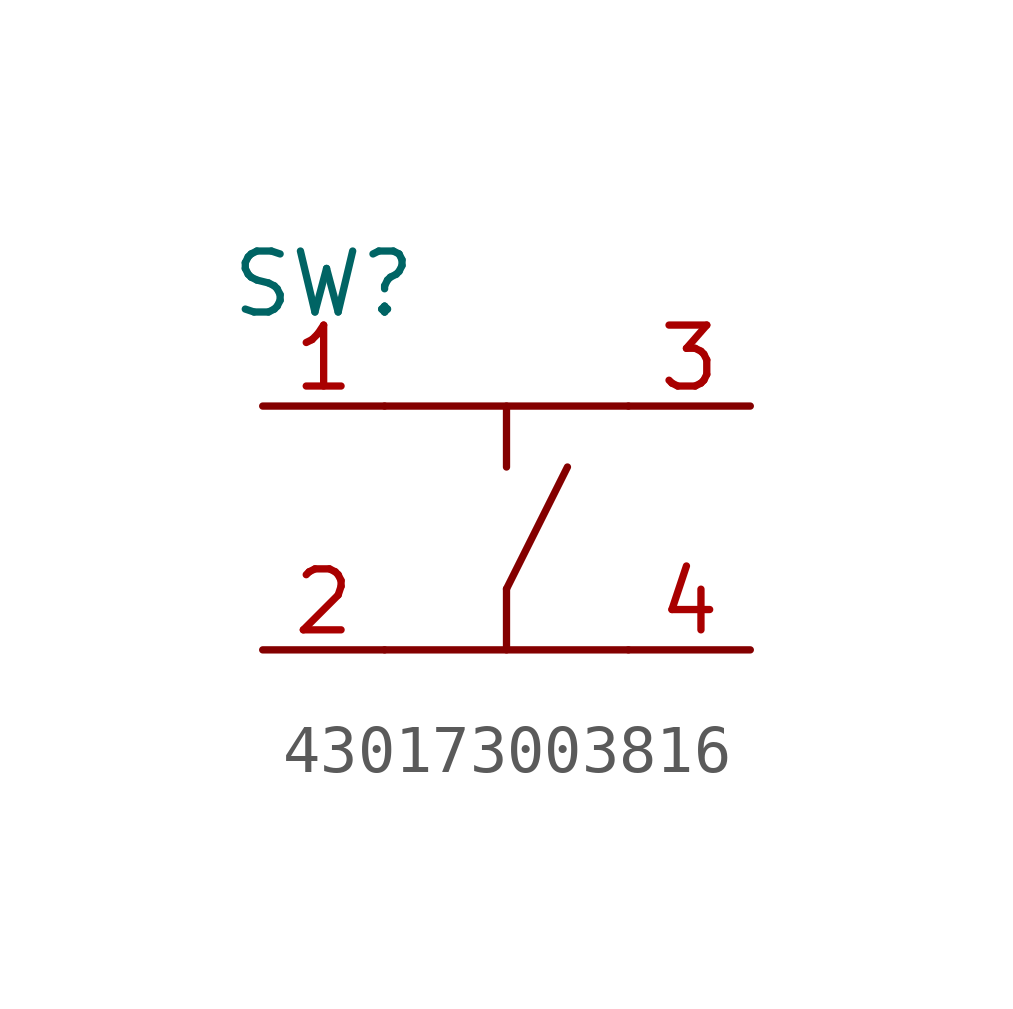
<source format=kicad_sym>
(kicad_symbol_lib
  (version 20211014)
  (generator kicad_symbol_editor)
  (symbol "430173003816"
    (property "Reference" "SW"
      (at -3.81 5.08 0)
      (effects (font (size 1.27 1.27))))
    (symbol "430173003816_0_1"
      (polyline (pts (xy -2.54 -2.54) (xy 2.54 -2.54)) (stroke (width 0) (type default) (color 0 0 0 0)) (fill (type none)))
      (polyline (pts (xy 0 -2.54) (xy 0 -1.27)) (stroke (width 0) (type default) (color 0 0 0 0)) (fill (type none)))
      (polyline (pts (xy 0 -1.27) (xy 1.27 1.27)) (stroke (width 0) (type default) (color 0 0 0 0)) (fill (type none)))
      (polyline (pts (xy 0 2.54) (xy 0 1.27)) (stroke (width 0) (type default) (color 0 0 0 0)) (fill (type none)))
      (polyline (pts (xy 2.54 2.54) (xy -2.54 2.54)) (stroke (width 0) (type default) (color 0 0 0 0)) (fill (type none))))
    (symbol "430173003816_1_1"
      (pin passive line (at -5.08 2.54 0) (length 2.54) (name "" (effects (font (size 1.27 1.27)))) (number "1" (effects (font (size 1.27 1.27)))))
      (pin passive line (at -5.08 -2.54 0) (length 2.54) (name "" (effects (font (size 1.27 1.27)))) (number "2" (effects (font (size 1.27 1.27)))))
      (pin passive line (at 5.08 2.54 180) (length 2.54) (name "" (effects (font (size 1.27 1.27)))) (number "3" (effects (font (size 1.27 1.27)))))
      (pin passive line (at 5.08 -2.54 180) (length 2.54) (name "" (effects (font (size 1.27 1.27)))) (number "4" (effects (font (size 1.27 1.27))))))))
</source>
